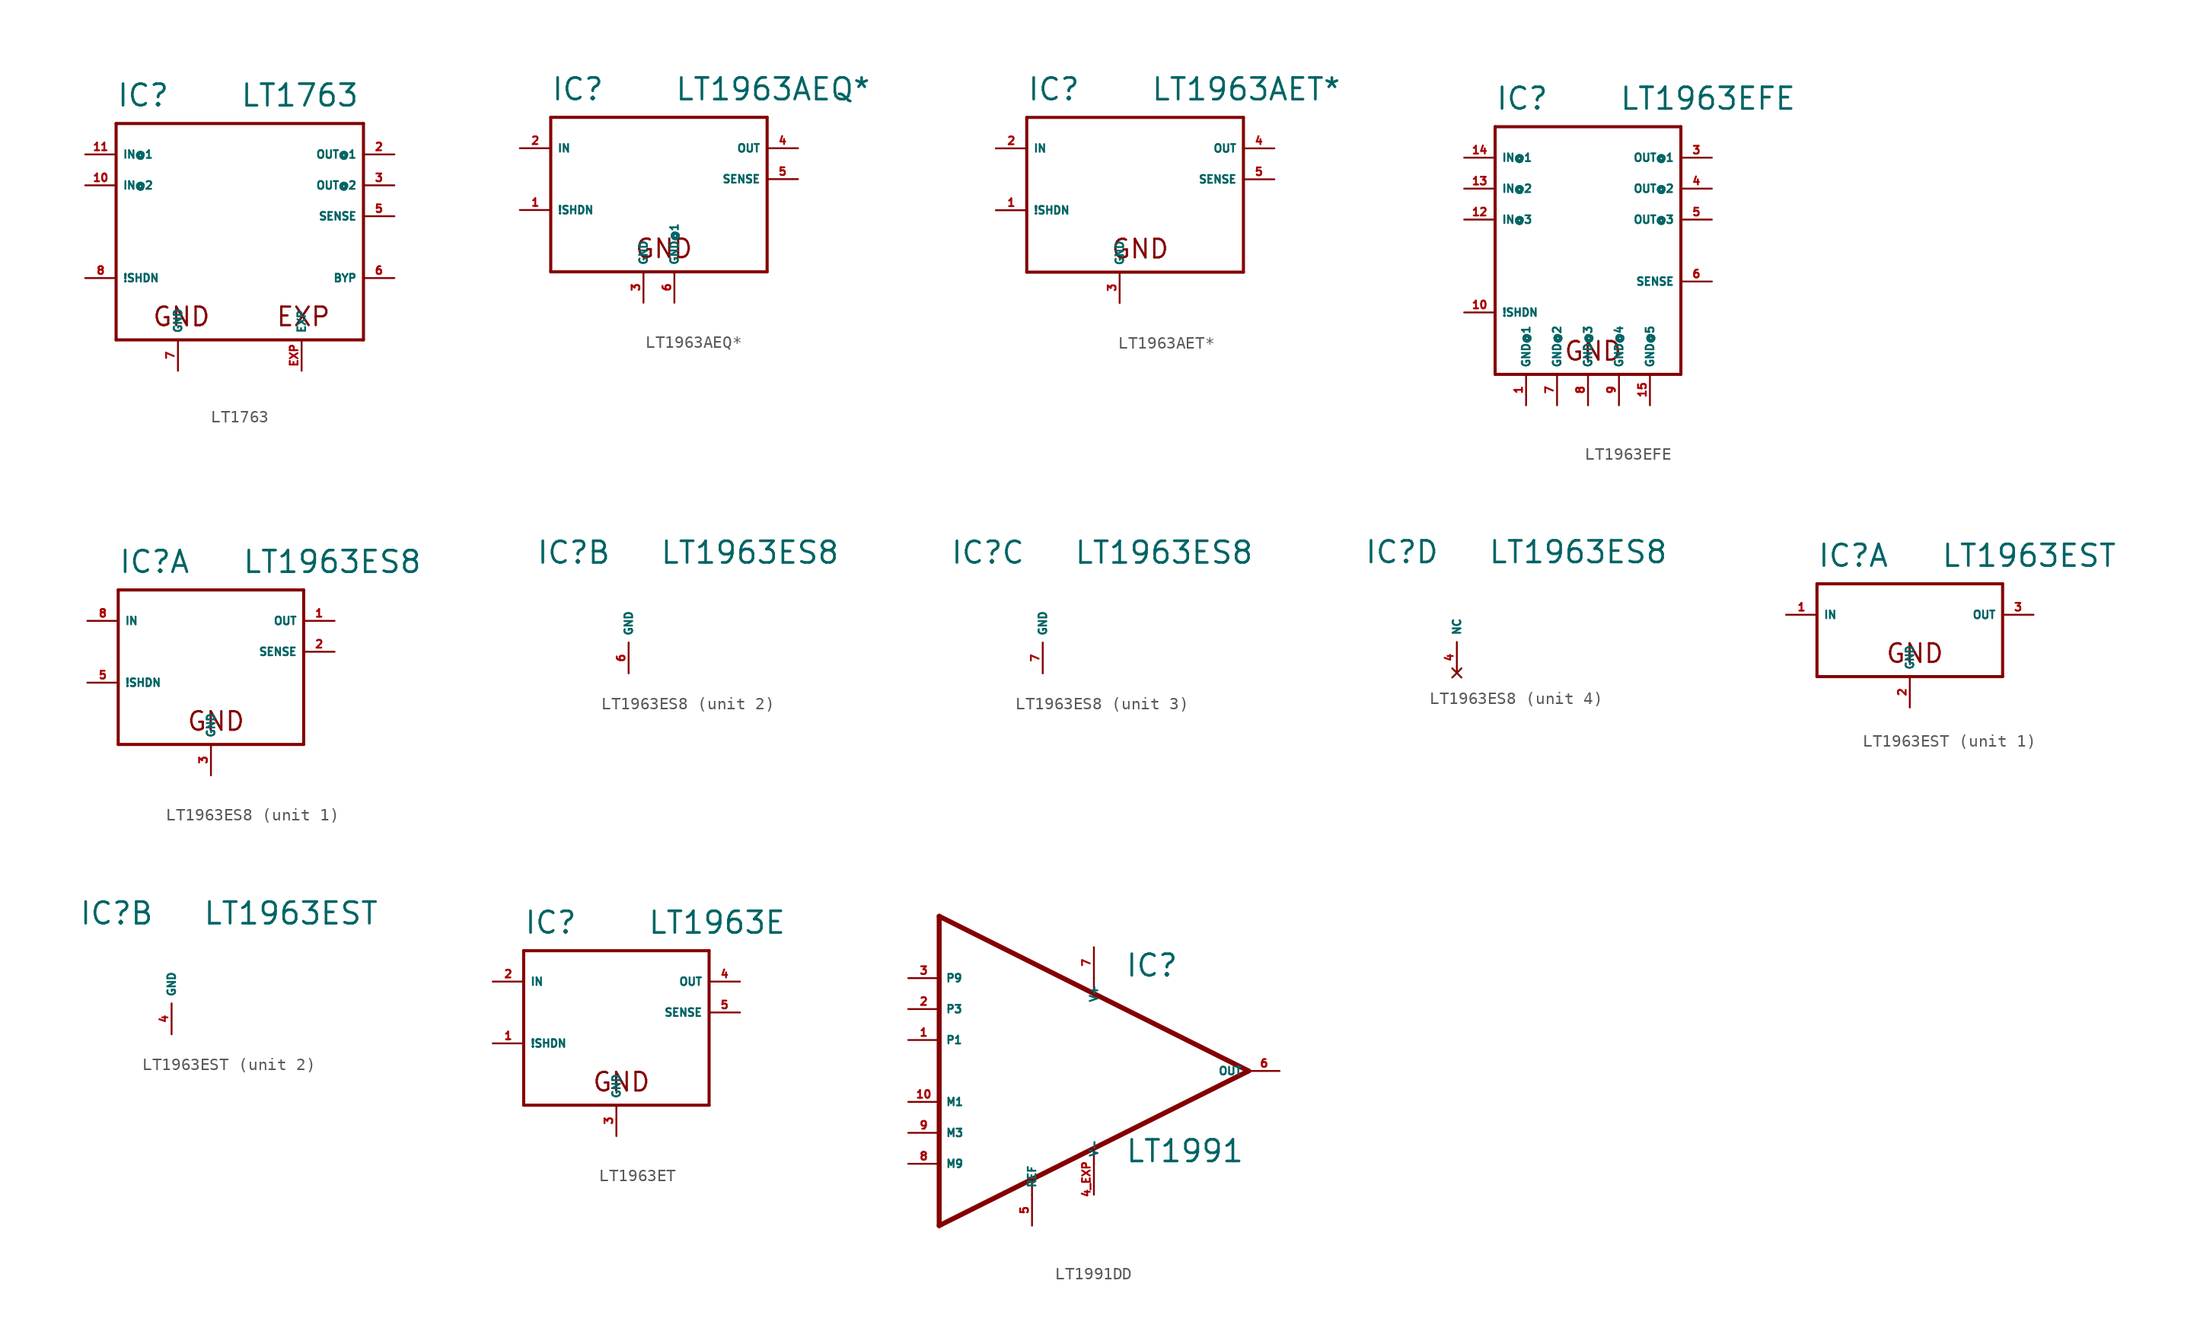
<source format=kicad_sym>
(kicad_symbol_lib
  (version 20220914)
  (generator Eagle2Kicad)
  (symbol "LT1763"
    (property "Reference" "IC"
      (at -10.16 6.35 0)
      (effects (font (size 1.778 1.778) (thickness 0.22)) (justify left bottom)))
    (property "Value" "LT1763"
      (at 0 6.35 0)
      (effects (font (size 1.778 1.778) (thickness 0.22)) (justify left bottom)))
    (polyline
      (pts (xy -10.16 5.08) (xy 10.16 5.08))
      (stroke (width 0.254) (type default))
      (fill (type none)))
    (polyline
      (pts (xy 10.16 5.08) (xy 10.16 -12.7))
      (stroke (width 0.254) (type default))
      (fill (type none)))
    (polyline
      (pts (xy 10.16 -12.7) (xy -10.16 -12.7))
      (stroke (width 0.254) (type default))
      (fill (type none)))
    (polyline
      (pts (xy -10.16 -12.7) (xy -10.16 5.08))
      (stroke (width 0.254) (type default))
      (fill (type none)))
    (text "GND"
      (at -7.239 -11.684 0)
      (effects (font (size 1.524 1.524) (thickness 0.19)) (justify left bottom)))
    (text "EXP"
      (at 2.921 -11.684 0)
      (effects (font (size 1.524 1.524) (thickness 0.19)) (justify left bottom)))
    (pin input line
      (at -12.7 2.54 0)
      (length 2.54)
      (name "IN@1" (effects (font (size 0.635 0.635) (thickness 0.08)) (justify left bottom)))
      (number "11" (effects (font (size 0.635 0.635) (thickness 0.08)) (justify left bottom))))
    (pin passive line
      (at 12.7 2.54 180)
      (length 2.54)
      (name "OUT@1" (effects (font (size 0.635 0.635) (thickness 0.08)) (justify left bottom)))
      (number "2" (effects (font (size 0.635 0.635) (thickness 0.08)) (justify left bottom))))
    (pin input line
      (at -12.7 -7.62 0)
      (length 2.54)
      (name "!SHDN" (effects (font (size 0.635 0.635) (thickness 0.08)) (justify left bottom)))
      (number "8" (effects (font (size 0.635 0.635) (thickness 0.08)) (justify left bottom))))
    (pin input line
      (at 12.7 -2.54 180)
      (length 2.54)
      (name "SENSE" (effects (font (size 0.635 0.635) (thickness 0.08)) (justify left bottom)))
      (number "5" (effects (font (size 0.635 0.635) (thickness 0.08)) (justify left bottom))))
    (pin unspecified line
      (at -5.08 -15.24 90)
      (length 2.54)
      (name "GND" (effects (font (size 0.635 0.635) (thickness 0.08)) (justify left bottom)))
      (number "7" (effects (font (size 0.635 0.635) (thickness 0.08)) (justify left bottom))))
    (pin input line
      (at 12.7 -7.62 180)
      (length 2.54)
      (name "BYP" (effects (font (size 0.635 0.635) (thickness 0.08)) (justify left bottom)))
      (number "6" (effects (font (size 0.635 0.635) (thickness 0.08)) (justify left bottom))))
    (pin input line
      (at -12.7 0 0)
      (length 2.54)
      (name "IN@2" (effects (font (size 0.635 0.635) (thickness 0.08)) (justify left bottom)))
      (number "10" (effects (font (size 0.635 0.635) (thickness 0.08)) (justify left bottom))))
    (pin passive line
      (at 12.7 0 180)
      (length 2.54)
      (name "OUT@2" (effects (font (size 0.635 0.635) (thickness 0.08)) (justify left bottom)))
      (number "3" (effects (font (size 0.635 0.635) (thickness 0.08)) (justify left bottom))))
    (pin unspecified line
      (at 5.08 -15.24 90)
      (length 2.54)
      (name "EXP" (effects (font (size 0.635 0.635) (thickness 0.08)) (justify left bottom)))
      (number "EXP" (effects (font (size 0.635 0.635) (thickness 0.08)) (justify left bottom)))))
  (symbol "LT1963AEQ*"
    (property "Reference" "IC"
      (at -7.62 6.35 0)
      (effects (font (size 1.778 1.778) (thickness 0.22)) (justify left bottom)))
    (property "Value" "LT1963AEQ*"
      (at 2.54 6.35 0)
      (effects (font (size 1.778 1.778) (thickness 0.22)) (justify left bottom)))
    (polyline
      (pts (xy -7.62 5.08) (xy 10.16 5.08))
      (stroke (width 0.254) (type default))
      (fill (type none)))
    (polyline
      (pts (xy 10.16 5.08) (xy 10.16 -7.62))
      (stroke (width 0.254) (type default))
      (fill (type none)))
    (polyline
      (pts (xy 10.16 -7.62) (xy -7.62 -7.62))
      (stroke (width 0.254) (type default))
      (fill (type none)))
    (polyline
      (pts (xy -7.62 -7.62) (xy -7.62 5.08))
      (stroke (width 0.254) (type default))
      (fill (type none)))
    (text "GND"
      (at -0.762 -6.604 0)
      (effects (font (size 1.524 1.524) (thickness 0.19)) (justify left bottom)))
    (pin input line
      (at -10.16 2.54 0)
      (length 2.54)
      (name "IN" (effects (font (size 0.635 0.635) (thickness 0.08)) (justify left bottom)))
      (number "2" (effects (font (size 0.635 0.635) (thickness 0.08)) (justify left bottom))))
    (pin passive line
      (at 12.7 2.54 180)
      (length 2.54)
      (name "OUT" (effects (font (size 0.635 0.635) (thickness 0.08)) (justify left bottom)))
      (number "4" (effects (font (size 0.635 0.635) (thickness 0.08)) (justify left bottom))))
    (pin input line
      (at -10.16 -2.54 0)
      (length 2.54)
      (name "!SHDN" (effects (font (size 0.635 0.635) (thickness 0.08)) (justify left bottom)))
      (number "1" (effects (font (size 0.635 0.635) (thickness 0.08)) (justify left bottom))))
    (pin input line
      (at 12.7 0 180)
      (length 2.54)
      (name "SENSE" (effects (font (size 0.635 0.635) (thickness 0.08)) (justify left bottom)))
      (number "5" (effects (font (size 0.635 0.635) (thickness 0.08)) (justify left bottom))))
    (pin unspecified line
      (at 0 -10.16 90)
      (length 2.54)
      (name "GND" (effects (font (size 0.635 0.635) (thickness 0.08)) (justify left bottom)))
      (number "3" (effects (font (size 0.635 0.635) (thickness 0.08)) (justify left bottom))))
    (pin unspecified line
      (at 2.54 -10.16 90)
      (length 2.54)
      (name "GND@1" (effects (font (size 0.635 0.635) (thickness 0.08)) (justify left bottom)))
      (number "6" (effects (font (size 0.635 0.635) (thickness 0.08)) (justify left bottom)))))
  (symbol "LT1963AET*"
    (property "Reference" "IC"
      (at -7.62 6.35 0)
      (effects (font (size 1.778 1.778) (thickness 0.22)) (justify left bottom)))
    (property "Value" "LT1963AET*"
      (at 2.54 6.35 0)
      (effects (font (size 1.778 1.778) (thickness 0.22)) (justify left bottom)))
    (polyline
      (pts (xy -7.62 5.08) (xy 10.16 5.08))
      (stroke (width 0.254) (type default))
      (fill (type none)))
    (polyline
      (pts (xy 10.16 5.08) (xy 10.16 -7.62))
      (stroke (width 0.254) (type default))
      (fill (type none)))
    (polyline
      (pts (xy 10.16 -7.62) (xy -7.62 -7.62))
      (stroke (width 0.254) (type default))
      (fill (type none)))
    (polyline
      (pts (xy -7.62 -7.62) (xy -7.62 5.08))
      (stroke (width 0.254) (type default))
      (fill (type none)))
    (text "GND"
      (at -0.762 -6.604 0)
      (effects (font (size 1.524 1.524) (thickness 0.19)) (justify left bottom)))
    (pin input line
      (at -10.16 2.54 0)
      (length 2.54)
      (name "IN" (effects (font (size 0.635 0.635) (thickness 0.08)) (justify left bottom)))
      (number "2" (effects (font (size 0.635 0.635) (thickness 0.08)) (justify left bottom))))
    (pin passive line
      (at 12.7 2.54 180)
      (length 2.54)
      (name "OUT" (effects (font (size 0.635 0.635) (thickness 0.08)) (justify left bottom)))
      (number "4" (effects (font (size 0.635 0.635) (thickness 0.08)) (justify left bottom))))
    (pin input line
      (at -10.16 -2.54 0)
      (length 2.54)
      (name "!SHDN" (effects (font (size 0.635 0.635) (thickness 0.08)) (justify left bottom)))
      (number "1" (effects (font (size 0.635 0.635) (thickness 0.08)) (justify left bottom))))
    (pin input line
      (at 12.7 0 180)
      (length 2.54)
      (name "SENSE" (effects (font (size 0.635 0.635) (thickness 0.08)) (justify left bottom)))
      (number "5" (effects (font (size 0.635 0.635) (thickness 0.08)) (justify left bottom))))
    (pin unspecified line
      (at 0 -10.16 90)
      (length 2.54)
      (name "GND" (effects (font (size 0.635 0.635) (thickness 0.08)) (justify left bottom)))
      (number "3" (effects (font (size 0.635 0.635) (thickness 0.08)) (justify left bottom)))))
  (symbol "LT1963EFE"
    (property "Reference" "IC"
      (at -7.62 6.35 0)
      (effects (font (size 1.778 1.778) (thickness 0.22)) (justify left bottom)))
    (property "Value" "LT1963EFE"
      (at 2.54 6.35 0)
      (effects (font (size 1.778 1.778) (thickness 0.22)) (justify left bottom)))
    (polyline
      (pts (xy -7.62 5.08) (xy 7.62 5.08))
      (stroke (width 0.254) (type default))
      (fill (type none)))
    (polyline
      (pts (xy 7.62 5.08) (xy 7.62 -15.24))
      (stroke (width 0.254) (type default))
      (fill (type none)))
    (polyline
      (pts (xy 7.62 -15.24) (xy -7.62 -15.24))
      (stroke (width 0.254) (type default))
      (fill (type none)))
    (polyline
      (pts (xy -7.62 -15.24) (xy -7.62 5.08))
      (stroke (width 0.254) (type default))
      (fill (type none)))
    (text "GND"
      (at -2.032 -14.224 0)
      (effects (font (size 1.524 1.524) (thickness 0.19)) (justify left bottom)))
    (pin input line
      (at -10.16 2.54 0)
      (length 2.54)
      (name "IN@1" (effects (font (size 0.635 0.635) (thickness 0.08)) (justify left bottom)))
      (number "14" (effects (font (size 0.635 0.635) (thickness 0.08)) (justify left bottom))))
    (pin output line
      (at 10.16 2.54 180)
      (length 2.54)
      (name "OUT@1" (effects (font (size 0.635 0.635) (thickness 0.08)) (justify left bottom)))
      (number "3" (effects (font (size 0.635 0.635) (thickness 0.08)) (justify left bottom))))
    (pin input line
      (at -10.16 -10.16 0)
      (length 2.54)
      (name "!SHDN" (effects (font (size 0.635 0.635) (thickness 0.08)) (justify left bottom)))
      (number "10" (effects (font (size 0.635 0.635) (thickness 0.08)) (justify left bottom))))
    (pin input line
      (at 10.16 -7.62 180)
      (length 2.54)
      (name "SENSE" (effects (font (size 0.635 0.635) (thickness 0.08)) (justify left bottom)))
      (number "6" (effects (font (size 0.635 0.635) (thickness 0.08)) (justify left bottom))))
    (pin unspecified line
      (at -5.08 -17.78 90)
      (length 2.54)
      (name "GND@1" (effects (font (size 0.635 0.635) (thickness 0.08)) (justify left bottom)))
      (number "1" (effects (font (size 0.635 0.635) (thickness 0.08)) (justify left bottom))))
    (pin input line
      (at -10.16 0 0)
      (length 2.54)
      (name "IN@2" (effects (font (size 0.635 0.635) (thickness 0.08)) (justify left bottom)))
      (number "13" (effects (font (size 0.635 0.635) (thickness 0.08)) (justify left bottom))))
    (pin input line
      (at -10.16 -2.54 0)
      (length 2.54)
      (name "IN@3" (effects (font (size 0.635 0.635) (thickness 0.08)) (justify left bottom)))
      (number "12" (effects (font (size 0.635 0.635) (thickness 0.08)) (justify left bottom))))
    (pin output line
      (at 10.16 0 180)
      (length 2.54)
      (name "OUT@2" (effects (font (size 0.635 0.635) (thickness 0.08)) (justify left bottom)))
      (number "4" (effects (font (size 0.635 0.635) (thickness 0.08)) (justify left bottom))))
    (pin output line
      (at 10.16 -2.54 180)
      (length 2.54)
      (name "OUT@3" (effects (font (size 0.635 0.635) (thickness 0.08)) (justify left bottom)))
      (number "5" (effects (font (size 0.635 0.635) (thickness 0.08)) (justify left bottom))))
    (pin unspecified line
      (at -2.54 -17.78 90)
      (length 2.54)
      (name "GND@2" (effects (font (size 0.635 0.635) (thickness 0.08)) (justify left bottom)))
      (number "7" (effects (font (size 0.635 0.635) (thickness 0.08)) (justify left bottom))))
    (pin unspecified line
      (at 0 -17.78 90)
      (length 2.54)
      (name "GND@3" (effects (font (size 0.635 0.635) (thickness 0.08)) (justify left bottom)))
      (number "8" (effects (font (size 0.635 0.635) (thickness 0.08)) (justify left bottom))))
    (pin unspecified line
      (at 2.54 -17.78 90)
      (length 2.54)
      (name "GND@4" (effects (font (size 0.635 0.635) (thickness 0.08)) (justify left bottom)))
      (number "9" (effects (font (size 0.635 0.635) (thickness 0.08)) (justify left bottom))))
    (pin unspecified line
      (at 5.08 -17.78 90)
      (length 2.54)
      (name "GND@5" (effects (font (size 0.635 0.635) (thickness 0.08)) (justify left bottom)))
      (number "15" (effects (font (size 0.635 0.635) (thickness 0.08)) (justify left bottom)))))
  (symbol "LT1963ES8"
    (property "Reference" "IC"
      (at -7.62 6.35 0)
      (effects (font (size 1.778 1.778) (thickness 0.22)) (justify left bottom)))
    (property "Value" "LT1963ES8"
      (at 2.54 6.35 0)
      (effects (font (size 1.778 1.778) (thickness 0.22)) (justify left bottom)))
    (symbol "LT1963ES8_1_0"
      (polyline (pts (xy -7.62 5.08) (xy 7.62 5.08)) (stroke (width 0.254) (type default)) (fill (type none)))
      (polyline (pts (xy 7.62 5.08) (xy 7.62 -7.62)) (stroke (width 0.254) (type default)) (fill (type none)))
      (polyline (pts (xy 7.62 -7.62) (xy -7.62 -7.62)) (stroke (width 0.254) (type default)) (fill (type none)))
      (polyline (pts (xy -7.62 -7.62) (xy -7.62 5.08)) (stroke (width 0.254) (type default)) (fill (type none)))
      (text "GND" (at -2.032 -6.604 0) (effects (font (size 1.524 1.524) (thickness 0.19)) (justify left bottom)))
      (pin input line (at -10.16 2.54 0) (length 2.54) (name "IN" (effects (font (size 0.635 0.635) (thickness 0.08)) (justify left bottom))) (number "8" (effects (font (size 0.635 0.635) (thickness 0.08)) (justify left bottom))))
      (pin output line (at 10.16 2.54 180) (length 2.54) (name "OUT" (effects (font (size 0.635 0.635) (thickness 0.08)) (justify left bottom))) (number "1" (effects (font (size 0.635 0.635) (thickness 0.08)) (justify left bottom))))
      (pin input line (at -10.16 -2.54 0) (length 2.54) (name "!SHDN" (effects (font (size 0.635 0.635) (thickness 0.08)) (justify left bottom))) (number "5" (effects (font (size 0.635 0.635) (thickness 0.08)) (justify left bottom))))
      (pin input line (at 10.16 0 180) (length 2.54) (name "SENSE" (effects (font (size 0.635 0.635) (thickness 0.08)) (justify left bottom))) (number "2" (effects (font (size 0.635 0.635) (thickness 0.08)) (justify left bottom))))
      (pin unspecified line (at 0 -10.16 90) (length 2.54) (name "GND" (effects (font (size 0.635 0.635) (thickness 0.08)) (justify left bottom))) (number "3" (effects (font (size 0.635 0.635) (thickness 0.08)) (justify left bottom)))))
    (symbol "LT1963ES8_2_0"
      (pin unspecified line (at 0 -2.54 90) (length 2.54) (name "GND" (effects (font (size 0.635 0.635) (thickness 0.08)) (justify left bottom))) (number "6" (effects (font (size 0.635 0.635) (thickness 0.08)) (justify left bottom)))))
    (symbol "LT1963ES8_3_0"
      (pin unspecified line (at 0 -2.54 90) (length 2.54) (name "GND" (effects (font (size 0.635 0.635) (thickness 0.08)) (justify left bottom))) (number "7" (effects (font (size 0.635 0.635) (thickness 0.08)) (justify left bottom)))))
    (symbol "LT1963ES8_4_0"
      (pin no_connect line (at 0 -2.54 90) (length 2.54) (name "NC" (effects (font (size 0.635 0.635) (thickness 0.08)) (justify left bottom) hide)) (number "4" (effects (font (size 0.635 0.635) (thickness 0.08)) (justify left bottom) hide)))))
  (symbol "LT1963EST"
    (property "Reference" "IC"
      (at -7.62 6.35 0)
      (effects (font (size 1.778 1.778) (thickness 0.22)) (justify left bottom)))
    (property "Value" "LT1963EST"
      (at 2.54 6.35 0)
      (effects (font (size 1.778 1.778) (thickness 0.22)) (justify left bottom)))
    (symbol "LT1963EST_1_0"
      (polyline (pts (xy -7.62 5.08) (xy 7.62 5.08)) (stroke (width 0.254) (type default)) (fill (type none)))
      (polyline (pts (xy 7.62 5.08) (xy 7.62 -2.54)) (stroke (width 0.254) (type default)) (fill (type none)))
      (polyline (pts (xy 7.62 -2.54) (xy -7.62 -2.54)) (stroke (width 0.254) (type default)) (fill (type none)))
      (polyline (pts (xy -7.62 -2.54) (xy -7.62 5.08)) (stroke (width 0.254) (type default)) (fill (type none)))
      (text "GND" (at -2.032 -1.524 0) (effects (font (size 1.524 1.524) (thickness 0.19)) (justify left bottom)))
      (pin input line (at -10.16 2.54 0) (length 2.54) (name "IN" (effects (font (size 0.635 0.635) (thickness 0.08)) (justify left bottom))) (number "1" (effects (font (size 0.635 0.635) (thickness 0.08)) (justify left bottom))))
      (pin output line (at 10.16 2.54 180) (length 2.54) (name "OUT" (effects (font (size 0.635 0.635) (thickness 0.08)) (justify left bottom))) (number "3" (effects (font (size 0.635 0.635) (thickness 0.08)) (justify left bottom))))
      (pin unspecified line (at 0 -5.08 90) (length 2.54) (name "GND" (effects (font (size 0.635 0.635) (thickness 0.08)) (justify left bottom))) (number "2" (effects (font (size 0.635 0.635) (thickness 0.08)) (justify left bottom)))))
    (symbol "LT1963EST_2_0"
      (pin unspecified line (at 0 -2.54 90) (length 2.54) (name "GND" (effects (font (size 0.635 0.635) (thickness 0.08)) (justify left bottom))) (number "4" (effects (font (size 0.635 0.635) (thickness 0.08)) (justify left bottom))))))
  (symbol "LT1963ET"
    (property "Reference" "IC"
      (at -7.62 6.35 0)
      (effects (font (size 1.778 1.778) (thickness 0.22)) (justify left bottom)))
    (property "Value" "LT1963E"
      (at 2.54 6.35 0)
      (effects (font (size 1.778 1.778) (thickness 0.22)) (justify left bottom)))
    (polyline
      (pts (xy -7.62 5.08) (xy 7.62 5.08))
      (stroke (width 0.254) (type default))
      (fill (type none)))
    (polyline
      (pts (xy 7.62 5.08) (xy 7.62 -7.62))
      (stroke (width 0.254) (type default))
      (fill (type none)))
    (polyline
      (pts (xy 7.62 -7.62) (xy -7.62 -7.62))
      (stroke (width 0.254) (type default))
      (fill (type none)))
    (polyline
      (pts (xy -7.62 -7.62) (xy -7.62 5.08))
      (stroke (width 0.254) (type default))
      (fill (type none)))
    (text "GND"
      (at -2.032 -6.604 0)
      (effects (font (size 1.524 1.524) (thickness 0.19)) (justify left bottom)))
    (pin input line
      (at -10.16 2.54 0)
      (length 2.54)
      (name "IN" (effects (font (size 0.635 0.635) (thickness 0.08)) (justify left bottom)))
      (number "2" (effects (font (size 0.635 0.635) (thickness 0.08)) (justify left bottom))))
    (pin output line
      (at 10.16 2.54 180)
      (length 2.54)
      (name "OUT" (effects (font (size 0.635 0.635) (thickness 0.08)) (justify left bottom)))
      (number "4" (effects (font (size 0.635 0.635) (thickness 0.08)) (justify left bottom))))
    (pin input line
      (at -10.16 -2.54 0)
      (length 2.54)
      (name "!SHDN" (effects (font (size 0.635 0.635) (thickness 0.08)) (justify left bottom)))
      (number "1" (effects (font (size 0.635 0.635) (thickness 0.08)) (justify left bottom))))
    (pin input line
      (at 10.16 0 180)
      (length 2.54)
      (name "SENSE" (effects (font (size 0.635 0.635) (thickness 0.08)) (justify left bottom)))
      (number "5" (effects (font (size 0.635 0.635) (thickness 0.08)) (justify left bottom))))
    (pin unspecified line
      (at 0 -10.16 90)
      (length 2.54)
      (name "GND" (effects (font (size 0.635 0.635) (thickness 0.08)) (justify left bottom)))
      (number "3" (effects (font (size 0.635 0.635) (thickness 0.08)) (justify left bottom)))))
  (symbol "LT1991DD"
    (property "Reference" "IC"
      (at 10.16 7.62 0)
      (effects (font (size 1.778 1.778) (thickness 0.22)) (justify left bottom)))
    (property "Value" "LT1991"
      (at 10.16 -7.62 0)
      (effects (font (size 1.778 1.778) (thickness 0.22)) (justify left bottom)))
    (polyline
      (pts (xy -5.08 12.7) (xy -5.08 -12.7))
      (stroke (width 0.406) (type default))
      (fill (type none)))
    (polyline
      (pts (xy -5.08 -12.7) (xy 20.32 0))
      (stroke (width 0.406) (type default))
      (fill (type none)))
    (polyline
      (pts (xy 20.32 0) (xy 7.62 6.35))
      (stroke (width 0.406) (type default))
      (fill (type none)))
    (polyline
      (pts (xy 7.62 6.35) (xy -5.08 12.7))
      (stroke (width 0.406) (type default))
      (fill (type none)))
    (polyline
      (pts (xy 2.54 -8.89) (xy 2.54 -10.16))
      (stroke (width 0.152) (type default))
      (fill (type none)))
    (polyline
      (pts (xy 7.62 -7.62) (xy 7.62 -6.35))
      (stroke (width 0.152) (type default))
      (fill (type none)))
    (polyline
      (pts (xy 7.62 7.62) (xy 7.62 6.35))
      (stroke (width 0.152) (type default))
      (fill (type none)))
    (pin input line
      (at -7.62 7.62 0)
      (length 2.54)
      (name "P9" (effects (font (size 0.635 0.635) (thickness 0.08)) (justify left bottom)))
      (number "3" (effects (font (size 0.635 0.635) (thickness 0.08)) (justify left bottom))))
    (pin input line
      (at -7.62 -7.62 0)
      (length 2.54)
      (name "M9" (effects (font (size 0.635 0.635) (thickness 0.08)) (justify left bottom)))
      (number "8" (effects (font (size 0.635 0.635) (thickness 0.08)) (justify left bottom))))
    (pin input line
      (at -7.62 -5.08 0)
      (length 2.54)
      (name "M3" (effects (font (size 0.635 0.635) (thickness 0.08)) (justify left bottom)))
      (number "9" (effects (font (size 0.635 0.635) (thickness 0.08)) (justify left bottom))))
    (pin input line
      (at 2.54 -12.7 90)
      (length 2.54)
      (name "REF" (effects (font (size 0.635 0.635) (thickness 0.08)) (justify left bottom)))
      (number "5" (effects (font (size 0.635 0.635) (thickness 0.08)) (justify left bottom))))
    (pin output line
      (at 22.86 0 180)
      (length 2.54)
      (name "OUT" (effects (font (size 0.635 0.635) (thickness 0.08)) (justify left bottom)))
      (number "6" (effects (font (size 0.635 0.635) (thickness 0.08)) (justify left bottom))))
    (pin unspecified line
      (at 7.62 10.16 270)
      (length 2.54)
      (name "V+" (effects (font (size 0.635 0.635) (thickness 0.08)) (justify left bottom)))
      (number "7" (effects (font (size 0.635 0.635) (thickness 0.08)) (justify left bottom))))
    (pin unspecified line
      (at 7.62 -10.16 90)
      (length 2.54)
      (name "V-" (effects (font (size 0.635 0.635) (thickness 0.08)) (justify left bottom)))
      (number "4 EXP" (effects (font (size 0.635 0.635) (thickness 0.08)) (justify left bottom))))
    (pin input line
      (at -7.62 5.08 0)
      (length 2.54)
      (name "P3" (effects (font (size 0.635 0.635) (thickness 0.08)) (justify left bottom)))
      (number "2" (effects (font (size 0.635 0.635) (thickness 0.08)) (justify left bottom))))
    (pin input line
      (at -7.62 2.54 0)
      (length 2.54)
      (name "P1" (effects (font (size 0.635 0.635) (thickness 0.08)) (justify left bottom)))
      (number "1" (effects (font (size 0.635 0.635) (thickness 0.08)) (justify left bottom))))
    (pin input line
      (at -7.62 -2.54 0)
      (length 2.54)
      (name "M1" (effects (font (size 0.635 0.635) (thickness 0.08)) (justify left bottom)))
      (number "10" (effects (font (size 0.635 0.635) (thickness 0.08)) (justify left bottom))))))
</source>
